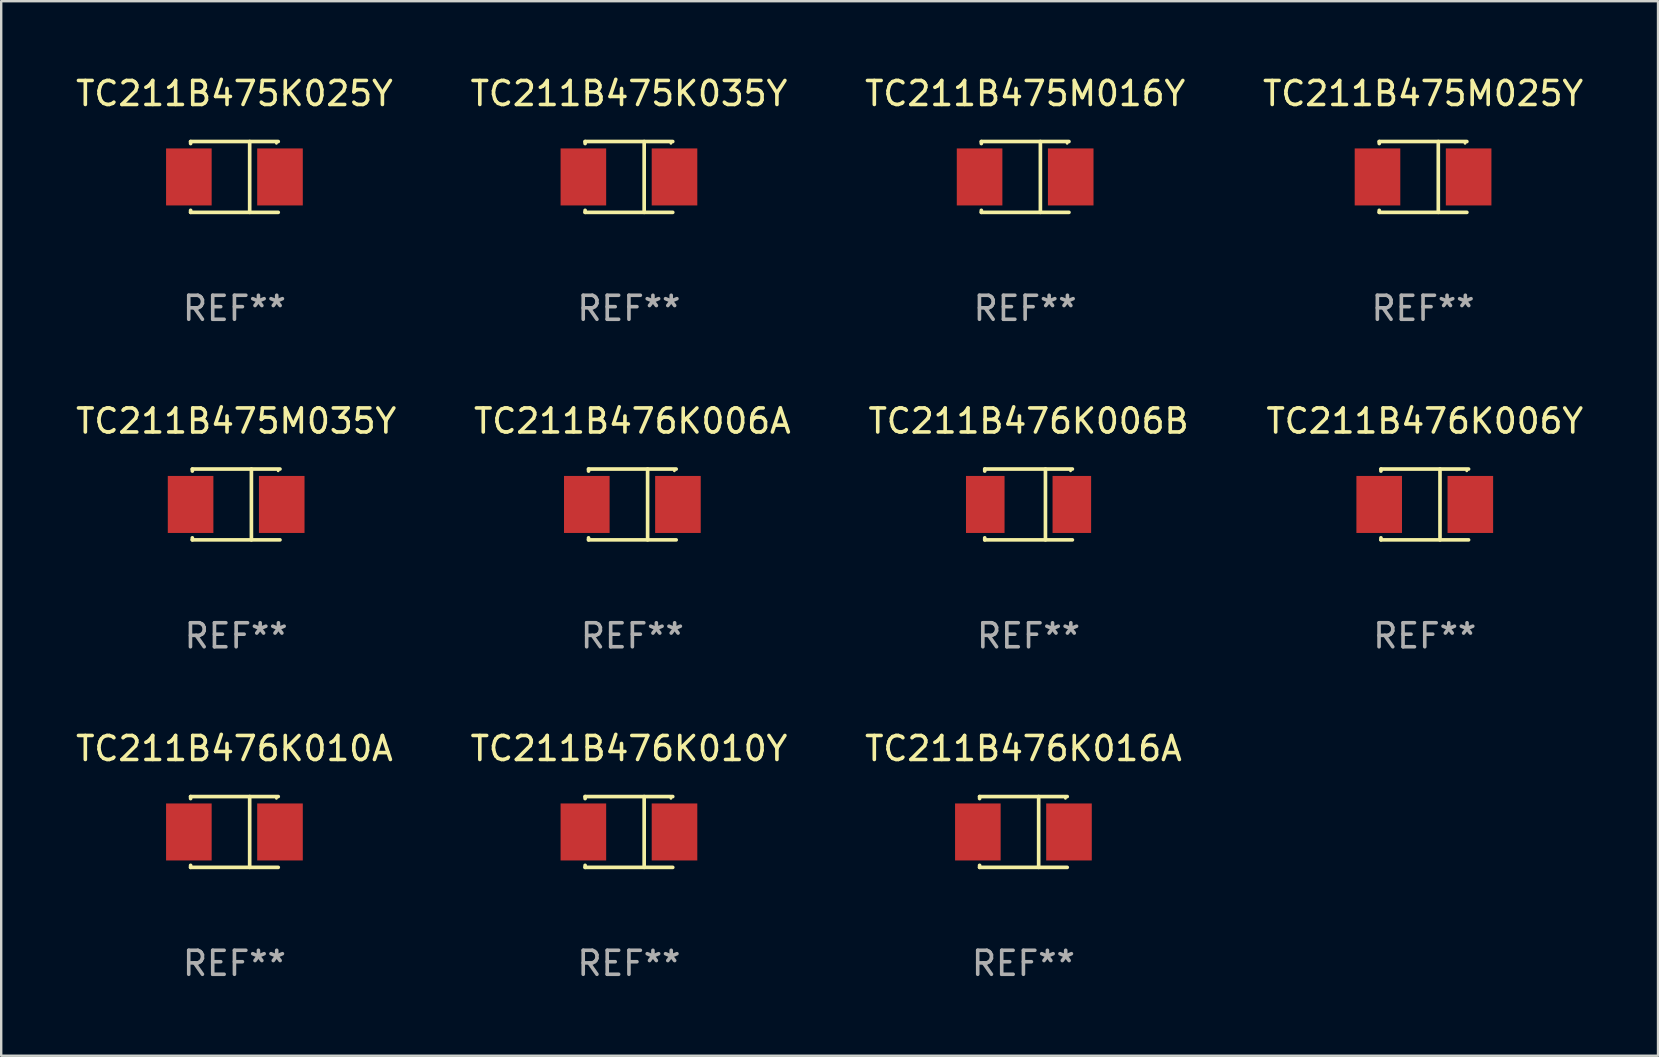
<source format=kicad_pcb>
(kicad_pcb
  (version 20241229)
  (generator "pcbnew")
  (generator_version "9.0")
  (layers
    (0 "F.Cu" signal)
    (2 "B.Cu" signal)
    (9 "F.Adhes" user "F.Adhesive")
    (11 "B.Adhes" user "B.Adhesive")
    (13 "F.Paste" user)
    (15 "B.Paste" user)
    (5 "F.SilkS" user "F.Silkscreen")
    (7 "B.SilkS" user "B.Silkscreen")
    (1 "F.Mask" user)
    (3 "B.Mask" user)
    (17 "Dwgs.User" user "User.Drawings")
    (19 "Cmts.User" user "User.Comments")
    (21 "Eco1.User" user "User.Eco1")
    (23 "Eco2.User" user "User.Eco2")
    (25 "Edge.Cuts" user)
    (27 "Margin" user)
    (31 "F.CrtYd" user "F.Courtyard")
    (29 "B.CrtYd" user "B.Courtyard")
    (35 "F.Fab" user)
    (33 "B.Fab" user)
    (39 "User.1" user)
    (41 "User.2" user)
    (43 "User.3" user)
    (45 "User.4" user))
  (footprint "TC211B476K006B"
    (layer "F.Cu")
    (at 39.815 17.973)
    (property "Reference" "TC211B476K006B" (at 0 -3.476 0) (layer "F.SilkS") (effects (font (size 1 1) (thickness 0.15))))
    (attr through_hole)
    (fp_line (start -1.826 -1.476) (end -1.826 -1.391) (stroke (width 0.152) (type solid)) (layer "F.SilkS"))
    (fp_line (start -1.826 -1.476) (end 1.826 -1.476) (stroke (width 0.152) (type solid)) (layer "F.SilkS"))
    (fp_line (start -1.826 1.476) (end -1.826 1.391) (stroke (width 0.152) (type solid)) (layer "F.SilkS"))
    (fp_line (start -1.826 1.476) (end 1.826 1.476) (stroke (width 0.152) (type solid)) (layer "F.SilkS"))
    (fp_line (start 0.704 -1.476) (end 0.704 1.476) (stroke (width 0.152) (type solid)) (layer "F.SilkS"))
    (fp_circle (center 1.75 -1.4) (end 1.78 -1.4) (stroke (width 0.06) (type solid)) (fill no) (layer "F.SilkS"))
    (fp_text user "REF**" (at 0 5.476 0) (layer "F.Fab") (effects (font (size 1 1) (thickness 0.15))))
    (pad "1" smd rect (at 1.804 0) (size 1.607 2.376) (layers "F.Cu" "F.Mask" "F.Paste"))
    (pad "2" smd rect (at -1.804 0) (size 1.607 2.376) (layers "F.Cu" "F.Mask" "F.Paste")))
  (footprint "TC211B475M035Y"
    (layer "F.Cu")
    (at 6.792 17.973)
    (property "Reference" "TC211B475M035Y" (at 0 -3.476 0) (layer "F.SilkS") (effects (font (size 1 1) (thickness 0.15))))
    (attr through_hole)
    (fp_line (start -1.826 -1.476) (end -1.826 -1.391) (stroke (width 0.152) (type solid)) (layer "F.SilkS"))
    (fp_line (start -1.826 -1.476) (end 1.826 -1.476) (stroke (width 0.152) (type solid)) (layer "F.SilkS"))
    (fp_line (start -1.826 1.476) (end -1.826 1.391) (stroke (width 0.152) (type solid)) (layer "F.SilkS"))
    (fp_line (start -1.826 1.476) (end 1.826 1.476) (stroke (width 0.152) (type solid)) (layer "F.SilkS"))
    (fp_line (start 0.635 -1.476) (end 0.635 1.476) (stroke (width 0.152) (type solid)) (layer "F.SilkS"))
    (fp_circle (center 1.75 -1.4) (end 1.78 -1.4) (stroke (width 0.06) (type solid)) (fill no) (layer "F.SilkS"))
    (fp_text user "REF**" (at 0 5.476 0) (layer "F.Fab") (effects (font (size 1 1) (thickness 0.15))))
    (pad "1" smd rect (at 1.899 0) (size 1.9 2.376) (layers "F.Cu" "F.Mask" "F.Paste"))
    (pad "2" smd rect (at -1.899 0) (size 1.9 2.376) (layers "F.Cu" "F.Mask" "F.Paste")))
  (footprint "TC211B476K006A"
    (layer "F.Cu")
    (at 23.304 17.973)
    (property "Reference" "TC211B476K006A" (at 0 -3.476 0) (layer "F.SilkS") (effects (font (size 1 1) (thickness 0.15))))
    (attr through_hole)
    (fp_line (start -1.826 -1.476) (end -1.826 -1.391) (stroke (width 0.152) (type solid)) (layer "F.SilkS"))
    (fp_line (start -1.826 -1.476) (end 1.826 -1.476) (stroke (width 0.152) (type solid)) (layer "F.SilkS"))
    (fp_line (start -1.826 1.476) (end -1.826 1.391) (stroke (width 0.152) (type solid)) (layer "F.SilkS"))
    (fp_line (start -1.826 1.476) (end 1.826 1.476) (stroke (width 0.152) (type solid)) (layer "F.SilkS"))
    (fp_line (start 0.635 -1.476) (end 0.635 1.476) (stroke (width 0.152) (type solid)) (layer "F.SilkS"))
    (fp_circle (center 1.75 -1.4) (end 1.78 -1.4) (stroke (width 0.06) (type solid)) (fill no) (layer "F.SilkS"))
    (fp_text user "REF**" (at 0 5.476 0) (layer "F.Fab") (effects (font (size 1 1) (thickness 0.15))))
    (pad "1" smd rect (at 1.899 0) (size 1.9 2.376) (layers "F.Cu" "F.Mask" "F.Paste"))
    (pad "2" smd rect (at -1.899 0) (size 1.9 2.376) (layers "F.Cu" "F.Mask" "F.Paste")))
  (footprint "TC211B475M025Y"
    (layer "F.Cu")
    (at 56.256 4.324)
    (property "Reference" "TC211B475M025Y" (at 0 -3.476 0) (layer "F.SilkS") (effects (font (size 1 1) (thickness 0.15))))
    (attr through_hole)
    (fp_line (start -1.826 -1.476) (end -1.826 -1.391) (stroke (width 0.152) (type solid)) (layer "F.SilkS"))
    (fp_line (start -1.826 -1.476) (end 1.826 -1.476) (stroke (width 0.152) (type solid)) (layer "F.SilkS"))
    (fp_line (start -1.826 1.476) (end -1.826 1.391) (stroke (width 0.152) (type solid)) (layer "F.SilkS"))
    (fp_line (start -1.826 1.476) (end 1.826 1.476) (stroke (width 0.152) (type solid)) (layer "F.SilkS"))
    (fp_line (start 0.635 -1.476) (end 0.635 1.476) (stroke (width 0.152) (type solid)) (layer "F.SilkS"))
    (fp_circle (center 1.75 -1.4) (end 1.78 -1.4) (stroke (width 0.06) (type solid)) (fill no) (layer "F.SilkS"))
    (fp_text user "REF**" (at 0 5.476 0) (layer "F.Fab") (effects (font (size 1 1) (thickness 0.15))))
    (pad "1" smd rect (at 1.899 0) (size 1.9 2.376) (layers "F.Cu" "F.Mask" "F.Paste"))
    (pad "2" smd rect (at -1.899 0) (size 1.9 2.376) (layers "F.Cu" "F.Mask" "F.Paste")))
  (footprint "TC211B476K010Y"
    (layer "F.Cu")
    (at 23.161 31.622)
    (property "Reference" "TC211B476K010Y" (at 0 -3.476 0) (layer "F.SilkS") (effects (font (size 1 1) (thickness 0.15))))
    (attr through_hole)
    (fp_line (start -1.826 -1.476) (end -1.826 -1.391) (stroke (width 0.152) (type solid)) (layer "F.SilkS"))
    (fp_line (start -1.826 -1.476) (end 1.826 -1.476) (stroke (width 0.152) (type solid)) (layer "F.SilkS"))
    (fp_line (start -1.826 1.476) (end -1.826 1.391) (stroke (width 0.152) (type solid)) (layer "F.SilkS"))
    (fp_line (start -1.826 1.476) (end 1.826 1.476) (stroke (width 0.152) (type solid)) (layer "F.SilkS"))
    (fp_line (start 0.635 -1.476) (end 0.635 1.476) (stroke (width 0.152) (type solid)) (layer "F.SilkS"))
    (fp_circle (center 1.75 -1.4) (end 1.78 -1.4) (stroke (width 0.06) (type solid)) (fill no) (layer "F.SilkS"))
    (fp_text user "REF**" (at 0 5.476 0) (layer "F.Fab") (effects (font (size 1 1) (thickness 0.15))))
    (pad "1" smd rect (at 1.899 0) (size 1.9 2.376) (layers "F.Cu" "F.Mask" "F.Paste"))
    (pad "2" smd rect (at -1.899 0) (size 1.9 2.376) (layers "F.Cu" "F.Mask" "F.Paste")))
  (footprint "TC211B476K010A"
    (layer "F.Cu")
    (at 6.72 31.622)
    (property "Reference" "TC211B476K010A" (at 0 -3.476 0) (layer "F.SilkS") (effects (font (size 1 1) (thickness 0.15))))
    (attr through_hole)
    (fp_line (start -1.826 -1.476) (end -1.826 -1.391) (stroke (width 0.152) (type solid)) (layer "F.SilkS"))
    (fp_line (start -1.826 -1.476) (end 1.826 -1.476) (stroke (width 0.152) (type solid)) (layer "F.SilkS"))
    (fp_line (start -1.826 1.476) (end -1.826 1.391) (stroke (width 0.152) (type solid)) (layer "F.SilkS"))
    (fp_line (start -1.826 1.476) (end 1.826 1.476) (stroke (width 0.152) (type solid)) (layer "F.SilkS"))
    (fp_line (start 0.635 -1.476) (end 0.635 1.476) (stroke (width 0.152) (type solid)) (layer "F.SilkS"))
    (fp_circle (center 1.75 -1.4) (end 1.78 -1.4) (stroke (width 0.06) (type solid)) (fill no) (layer "F.SilkS"))
    (fp_text user "REF**" (at 0 5.476 0) (layer "F.Fab") (effects (font (size 1 1) (thickness 0.15))))
    (pad "1" smd rect (at 1.899 0) (size 1.9 2.376) (layers "F.Cu" "F.Mask" "F.Paste"))
    (pad "2" smd rect (at -1.899 0) (size 1.9 2.376) (layers "F.Cu" "F.Mask" "F.Paste")))
  (footprint "TC211B475K035Y"
    (layer "F.Cu")
    (at 23.161 4.324)
    (property "Reference" "TC211B475K035Y" (at 0 -3.476 0) (layer "F.SilkS") (effects (font (size 1 1) (thickness 0.15))))
    (attr through_hole)
    (fp_line (start -1.826 -1.476) (end -1.826 -1.391) (stroke (width 0.152) (type solid)) (layer "F.SilkS"))
    (fp_line (start -1.826 -1.476) (end 1.826 -1.476) (stroke (width 0.152) (type solid)) (layer "F.SilkS"))
    (fp_line (start -1.826 1.476) (end -1.826 1.391) (stroke (width 0.152) (type solid)) (layer "F.SilkS"))
    (fp_line (start -1.826 1.476) (end 1.826 1.476) (stroke (width 0.152) (type solid)) (layer "F.SilkS"))
    (fp_line (start 0.635 -1.476) (end 0.635 1.476) (stroke (width 0.152) (type solid)) (layer "F.SilkS"))
    (fp_circle (center 1.75 -1.4) (end 1.78 -1.4) (stroke (width 0.06) (type solid)) (fill no) (layer "F.SilkS"))
    (fp_text user "REF**" (at 0 5.476 0) (layer "F.Fab") (effects (font (size 1 1) (thickness 0.15))))
    (pad "1" smd rect (at 1.899 0) (size 1.9 2.376) (layers "F.Cu" "F.Mask" "F.Paste"))
    (pad "2" smd rect (at -1.899 0) (size 1.9 2.376) (layers "F.Cu" "F.Mask" "F.Paste")))
  (footprint "TC211B476K016A"
    (layer "F.Cu")
    (at 39.601 31.622)
    (property "Reference" "TC211B476K016A" (at 0 -3.476 0) (layer "F.SilkS") (effects (font (size 1 1) (thickness 0.15))))
    (attr through_hole)
    (fp_line (start -1.826 -1.476) (end -1.826 -1.391) (stroke (width 0.152) (type solid)) (layer "F.SilkS"))
    (fp_line (start -1.826 -1.476) (end 1.826 -1.476) (stroke (width 0.152) (type solid)) (layer "F.SilkS"))
    (fp_line (start -1.826 1.476) (end -1.826 1.391) (stroke (width 0.152) (type solid)) (layer "F.SilkS"))
    (fp_line (start -1.826 1.476) (end 1.826 1.476) (stroke (width 0.152) (type solid)) (layer "F.SilkS"))
    (fp_line (start 0.635 -1.476) (end 0.635 1.476) (stroke (width 0.152) (type solid)) (layer "F.SilkS"))
    (fp_circle (center 1.75 -1.4) (end 1.78 -1.4) (stroke (width 0.06) (type solid)) (fill no) (layer "F.SilkS"))
    (fp_text user "REF**" (at 0 5.476 0) (layer "F.Fab") (effects (font (size 1 1) (thickness 0.15))))
    (pad "1" smd rect (at 1.899 0) (size 1.9 2.376) (layers "F.Cu" "F.Mask" "F.Paste"))
    (pad "2" smd rect (at -1.899 0) (size 1.9 2.376) (layers "F.Cu" "F.Mask" "F.Paste")))
  (footprint "TC211B475K025Y"
    (layer "F.Cu")
    (at 6.72 4.324)
    (property "Reference" "TC211B475K025Y" (at 0 -3.476 0) (layer "F.SilkS") (effects (font (size 1 1) (thickness 0.15))))
    (attr through_hole)
    (fp_line (start -1.826 -1.476) (end -1.826 -1.391) (stroke (width 0.152) (type solid)) (layer "F.SilkS"))
    (fp_line (start -1.826 -1.476) (end 1.826 -1.476) (stroke (width 0.152) (type solid)) (layer "F.SilkS"))
    (fp_line (start -1.826 1.476) (end -1.826 1.391) (stroke (width 0.152) (type solid)) (layer "F.SilkS"))
    (fp_line (start -1.826 1.476) (end 1.826 1.476) (stroke (width 0.152) (type solid)) (layer "F.SilkS"))
    (fp_line (start 0.635 -1.476) (end 0.635 1.476) (stroke (width 0.152) (type solid)) (layer "F.SilkS"))
    (fp_circle (center 1.75 -1.4) (end 1.78 -1.4) (stroke (width 0.06) (type solid)) (fill no) (layer "F.SilkS"))
    (fp_text user "REF**" (at 0 5.476 0) (layer "F.Fab") (effects (font (size 1 1) (thickness 0.15))))
    (pad "1" smd rect (at 1.899 0) (size 1.9 2.376) (layers "F.Cu" "F.Mask" "F.Paste"))
    (pad "2" smd rect (at -1.899 0) (size 1.9 2.376) (layers "F.Cu" "F.Mask" "F.Paste")))
  (footprint "TC211B476K006Y"
    (layer "F.Cu")
    (at 56.327 17.973)
    (property "Reference" "TC211B476K006Y" (at 0 -3.476 0) (layer "F.SilkS") (effects (font (size 1 1) (thickness 0.15))))
    (attr through_hole)
    (fp_line (start -1.826 -1.476) (end -1.826 -1.391) (stroke (width 0.152) (type solid)) (layer "F.SilkS"))
    (fp_line (start -1.826 -1.476) (end 1.826 -1.476) (stroke (width 0.152) (type solid)) (layer "F.SilkS"))
    (fp_line (start -1.826 1.476) (end -1.826 1.391) (stroke (width 0.152) (type solid)) (layer "F.SilkS"))
    (fp_line (start -1.826 1.476) (end 1.826 1.476) (stroke (width 0.152) (type solid)) (layer "F.SilkS"))
    (fp_line (start 0.635 -1.476) (end 0.635 1.476) (stroke (width 0.152) (type solid)) (layer "F.SilkS"))
    (fp_circle (center 1.75 -1.4) (end 1.78 -1.4) (stroke (width 0.06) (type solid)) (fill no) (layer "F.SilkS"))
    (fp_text user "REF**" (at 0 5.476 0) (layer "F.Fab") (effects (font (size 1 1) (thickness 0.15))))
    (pad "1" smd rect (at 1.899 0) (size 1.9 2.376) (layers "F.Cu" "F.Mask" "F.Paste"))
    (pad "2" smd rect (at -1.899 0) (size 1.9 2.376) (layers "F.Cu" "F.Mask" "F.Paste")))
  (footprint "TC211B475M016Y"
    (layer "F.Cu")
    (at 39.673 4.324)
    (property "Reference" "TC211B475M016Y" (at 0 -3.476 0) (layer "F.SilkS") (effects (font (size 1 1) (thickness 0.15))))
    (attr through_hole)
    (fp_line (start -1.826 -1.476) (end -1.826 -1.391) (stroke (width 0.152) (type solid)) (layer "F.SilkS"))
    (fp_line (start -1.826 -1.476) (end 1.826 -1.476) (stroke (width 0.152) (type solid)) (layer "F.SilkS"))
    (fp_line (start -1.826 1.476) (end -1.826 1.391) (stroke (width 0.152) (type solid)) (layer "F.SilkS"))
    (fp_line (start -1.826 1.476) (end 1.826 1.476) (stroke (width 0.152) (type solid)) (layer "F.SilkS"))
    (fp_line (start 0.635 -1.476) (end 0.635 1.476) (stroke (width 0.152) (type solid)) (layer "F.SilkS"))
    (fp_circle (center 1.75 -1.4) (end 1.78 -1.4) (stroke (width 0.06) (type solid)) (fill no) (layer "F.SilkS"))
    (fp_text user "REF**" (at 0 5.476 0) (layer "F.Fab") (effects (font (size 1 1) (thickness 0.15))))
    (pad "1" smd rect (at 1.899 0) (size 1.9 2.376) (layers "F.Cu" "F.Mask" "F.Paste"))
    (pad "2" smd rect (at -1.899 0) (size 1.9 2.376) (layers "F.Cu" "F.Mask" "F.Paste")))
  (gr_rect
    (start -3 -3)
    (end 66.048 40.947)
    (stroke (width 0.1) (type default))
    (fill no)
    (layer "Edge.Cuts")))
</source>
